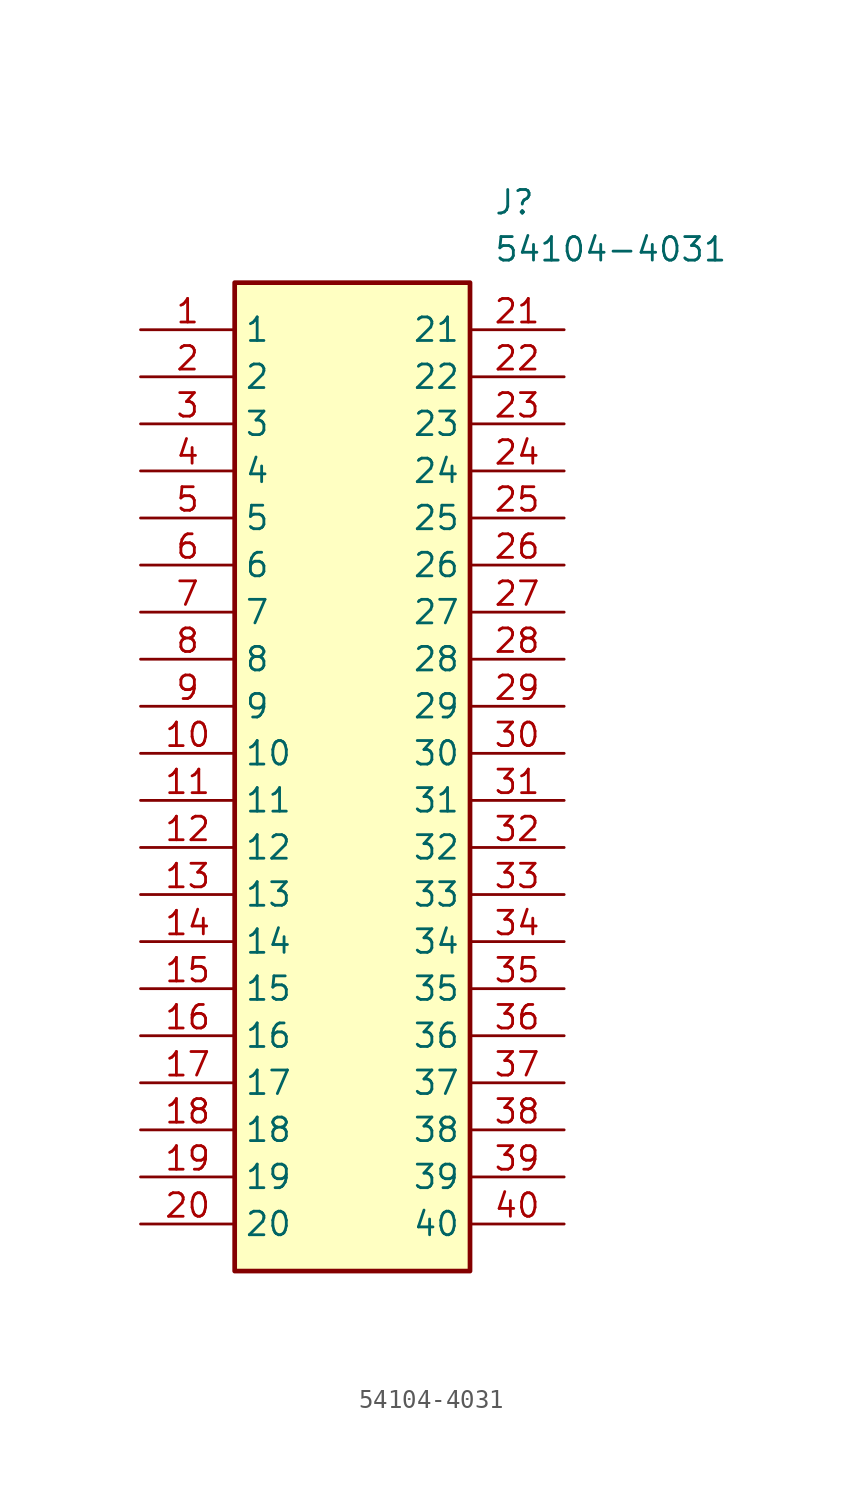
<source format=kicad_sym>
(kicad_symbol_lib
  (version 20231120)
  (generator "kicad_symbol_editor")
  (generator_version "8.0")
  (symbol "54104-4031"
    (property "Reference" "J"
      (at 19.05 7.62 0)
      (effects (font (size 1.27 1.27)) (justify left top)))
    (property "Value" "54104-4031"
      (at 19.05 5.08 0)
      (effects (font (size 1.27 1.27)) (justify left top)))
    (symbol "54104-4031_1_1"
      (rectangle (start 5.08 2.54) (end 17.78 -50.8) (stroke (width 0.254) (type default)) (fill (type background)))
      (pin passive line (at 0 0 0) (length 5.08) (name "1" (effects (font (size 1.27 1.27)))) (number "1" (effects (font (size 1.27 1.27)))))
      (pin passive line (at 0 -22.86 0) (length 5.08) (name "10" (effects (font (size 1.27 1.27)))) (number "10" (effects (font (size 1.27 1.27)))))
      (pin passive line (at 0 -25.4 0) (length 5.08) (name "11" (effects (font (size 1.27 1.27)))) (number "11" (effects (font (size 1.27 1.27)))))
      (pin passive line (at 0 -27.94 0) (length 5.08) (name "12" (effects (font (size 1.27 1.27)))) (number "12" (effects (font (size 1.27 1.27)))))
      (pin passive line (at 0 -30.48 0) (length 5.08) (name "13" (effects (font (size 1.27 1.27)))) (number "13" (effects (font (size 1.27 1.27)))))
      (pin passive line (at 0 -33.02 0) (length 5.08) (name "14" (effects (font (size 1.27 1.27)))) (number "14" (effects (font (size 1.27 1.27)))))
      (pin passive line (at 0 -35.56 0) (length 5.08) (name "15" (effects (font (size 1.27 1.27)))) (number "15" (effects (font (size 1.27 1.27)))))
      (pin passive line (at 0 -38.1 0) (length 5.08) (name "16" (effects (font (size 1.27 1.27)))) (number "16" (effects (font (size 1.27 1.27)))))
      (pin passive line (at 0 -40.64 0) (length 5.08) (name "17" (effects (font (size 1.27 1.27)))) (number "17" (effects (font (size 1.27 1.27)))))
      (pin passive line (at 0 -43.18 0) (length 5.08) (name "18" (effects (font (size 1.27 1.27)))) (number "18" (effects (font (size 1.27 1.27)))))
      (pin passive line (at 0 -45.72 0) (length 5.08) (name "19" (effects (font (size 1.27 1.27)))) (number "19" (effects (font (size 1.27 1.27)))))
      (pin passive line (at 0 -2.54 0) (length 5.08) (name "2" (effects (font (size 1.27 1.27)))) (number "2" (effects (font (size 1.27 1.27)))))
      (pin passive line (at 0 -48.26 0) (length 5.08) (name "20" (effects (font (size 1.27 1.27)))) (number "20" (effects (font (size 1.27 1.27)))))
      (pin passive line (at 22.86 0 180) (length 5.08) (name "21" (effects (font (size 1.27 1.27)))) (number "21" (effects (font (size 1.27 1.27)))))
      (pin passive line (at 22.86 -2.54 180) (length 5.08) (name "22" (effects (font (size 1.27 1.27)))) (number "22" (effects (font (size 1.27 1.27)))))
      (pin passive line (at 22.86 -5.08 180) (length 5.08) (name "23" (effects (font (size 1.27 1.27)))) (number "23" (effects (font (size 1.27 1.27)))))
      (pin passive line (at 22.86 -7.62 180) (length 5.08) (name "24" (effects (font (size 1.27 1.27)))) (number "24" (effects (font (size 1.27 1.27)))))
      (pin passive line (at 22.86 -10.16 180) (length 5.08) (name "25" (effects (font (size 1.27 1.27)))) (number "25" (effects (font (size 1.27 1.27)))))
      (pin passive line (at 22.86 -12.7 180) (length 5.08) (name "26" (effects (font (size 1.27 1.27)))) (number "26" (effects (font (size 1.27 1.27)))))
      (pin passive line (at 22.86 -15.24 180) (length 5.08) (name "27" (effects (font (size 1.27 1.27)))) (number "27" (effects (font (size 1.27 1.27)))))
      (pin passive line (at 22.86 -17.78 180) (length 5.08) (name "28" (effects (font (size 1.27 1.27)))) (number "28" (effects (font (size 1.27 1.27)))))
      (pin passive line (at 22.86 -20.32 180) (length 5.08) (name "29" (effects (font (size 1.27 1.27)))) (number "29" (effects (font (size 1.27 1.27)))))
      (pin passive line (at 0 -5.08 0) (length 5.08) (name "3" (effects (font (size 1.27 1.27)))) (number "3" (effects (font (size 1.27 1.27)))))
      (pin passive line (at 22.86 -22.86 180) (length 5.08) (name "30" (effects (font (size 1.27 1.27)))) (number "30" (effects (font (size 1.27 1.27)))))
      (pin passive line (at 22.86 -25.4 180) (length 5.08) (name "31" (effects (font (size 1.27 1.27)))) (number "31" (effects (font (size 1.27 1.27)))))
      (pin passive line (at 22.86 -27.94 180) (length 5.08) (name "32" (effects (font (size 1.27 1.27)))) (number "32" (effects (font (size 1.27 1.27)))))
      (pin passive line (at 22.86 -30.48 180) (length 5.08) (name "33" (effects (font (size 1.27 1.27)))) (number "33" (effects (font (size 1.27 1.27)))))
      (pin passive line (at 22.86 -33.02 180) (length 5.08) (name "34" (effects (font (size 1.27 1.27)))) (number "34" (effects (font (size 1.27 1.27)))))
      (pin passive line (at 22.86 -35.56 180) (length 5.08) (name "35" (effects (font (size 1.27 1.27)))) (number "35" (effects (font (size 1.27 1.27)))))
      (pin passive line (at 22.86 -38.1 180) (length 5.08) (name "36" (effects (font (size 1.27 1.27)))) (number "36" (effects (font (size 1.27 1.27)))))
      (pin passive line (at 22.86 -40.64 180) (length 5.08) (name "37" (effects (font (size 1.27 1.27)))) (number "37" (effects (font (size 1.27 1.27)))))
      (pin passive line (at 22.86 -43.18 180) (length 5.08) (name "38" (effects (font (size 1.27 1.27)))) (number "38" (effects (font (size 1.27 1.27)))))
      (pin passive line (at 22.86 -45.72 180) (length 5.08) (name "39" (effects (font (size 1.27 1.27)))) (number "39" (effects (font (size 1.27 1.27)))))
      (pin passive line (at 0 -7.62 0) (length 5.08) (name "4" (effects (font (size 1.27 1.27)))) (number "4" (effects (font (size 1.27 1.27)))))
      (pin passive line (at 22.86 -48.26 180) (length 5.08) (name "40" (effects (font (size 1.27 1.27)))) (number "40" (effects (font (size 1.27 1.27)))))
      (pin passive line (at 0 -10.16 0) (length 5.08) (name "5" (effects (font (size 1.27 1.27)))) (number "5" (effects (font (size 1.27 1.27)))))
      (pin passive line (at 0 -12.7 0) (length 5.08) (name "6" (effects (font (size 1.27 1.27)))) (number "6" (effects (font (size 1.27 1.27)))))
      (pin passive line (at 0 -15.24 0) (length 5.08) (name "7" (effects (font (size 1.27 1.27)))) (number "7" (effects (font (size 1.27 1.27)))))
      (pin passive line (at 0 -17.78 0) (length 5.08) (name "8" (effects (font (size 1.27 1.27)))) (number "8" (effects (font (size 1.27 1.27)))))
      (pin passive line (at 0 -20.32 0) (length 5.08) (name "9" (effects (font (size 1.27 1.27)))) (number "9" (effects (font (size 1.27 1.27))))))))
</source>
